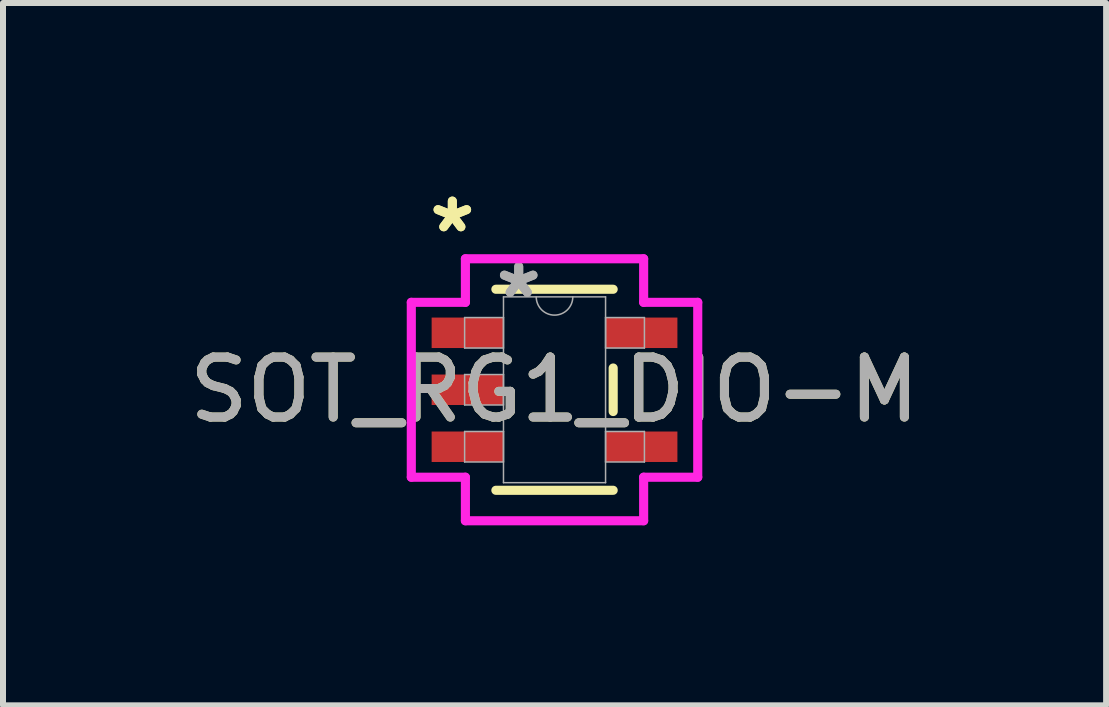
<source format=kicad_pcb>
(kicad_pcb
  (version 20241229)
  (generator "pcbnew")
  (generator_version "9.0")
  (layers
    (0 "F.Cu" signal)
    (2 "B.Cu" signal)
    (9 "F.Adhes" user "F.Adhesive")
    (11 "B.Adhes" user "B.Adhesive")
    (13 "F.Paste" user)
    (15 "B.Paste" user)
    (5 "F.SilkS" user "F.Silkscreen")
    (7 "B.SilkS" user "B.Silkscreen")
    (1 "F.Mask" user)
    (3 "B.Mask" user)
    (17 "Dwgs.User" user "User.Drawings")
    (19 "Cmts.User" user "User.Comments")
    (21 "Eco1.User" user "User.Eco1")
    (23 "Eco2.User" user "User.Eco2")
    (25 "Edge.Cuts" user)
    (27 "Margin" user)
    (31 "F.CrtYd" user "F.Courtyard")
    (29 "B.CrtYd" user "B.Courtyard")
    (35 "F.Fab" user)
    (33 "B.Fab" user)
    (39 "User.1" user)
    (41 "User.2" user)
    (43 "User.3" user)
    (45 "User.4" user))
  (footprint "SOT_RG1_DIO-M"
    (layer "F.Cu")
    (at 6.196 3.449)
    (property "Reference" "SOT_RG1_DIO-M" (at 0 0 0) (unlocked yes) (layer "F.SilkS") (effects (font (size 1 1) (thickness 0.15))))
    (attr smd)
    (fp_line (start -0.978 1.676) (end 0.978 1.676) (stroke (width 0.152) (type solid)) (layer "F.SilkS"))
    (fp_line (start 0.978 -1.676) (end -0.978 -1.676) (stroke (width 0.152) (type solid)) (layer "F.SilkS"))
    (fp_line (start 0.978 0.363) (end 0.978 -0.363) (stroke (width 0.152) (type solid)) (layer "F.SilkS"))
    (fp_line (start -2.388 -1.458) (end -1.486 -1.458) (stroke (width 0.152) (type solid)) (layer "F.CrtYd"))
    (fp_line (start -2.388 1.458) (end -2.388 -1.458) (stroke (width 0.152) (type solid)) (layer "F.CrtYd"))
    (fp_line (start -1.486 -2.184) (end 1.486 -2.184) (stroke (width 0.152) (type solid)) (layer "F.CrtYd"))
    (fp_line (start -1.486 -1.458) (end -1.486 -2.184) (stroke (width 0.152) (type solid)) (layer "F.CrtYd"))
    (fp_line (start -1.486 1.458) (end -2.388 1.458) (stroke (width 0.152) (type solid)) (layer "F.CrtYd"))
    (fp_line (start -1.486 2.184) (end -1.486 1.458) (stroke (width 0.152) (type solid)) (layer "F.CrtYd"))
    (fp_line (start 1.486 -2.184) (end 1.486 -1.458) (stroke (width 0.152) (type solid)) (layer "F.CrtYd"))
    (fp_line (start 1.486 -1.458) (end 2.388 -1.458) (stroke (width 0.152) (type solid)) (layer "F.CrtYd"))
    (fp_line (start 1.486 1.458) (end 1.486 2.184) (stroke (width 0.152) (type solid)) (layer "F.CrtYd"))
    (fp_line (start 1.486 2.184) (end -1.486 2.184) (stroke (width 0.152) (type solid)) (layer "F.CrtYd"))
    (fp_line (start 2.388 -1.458) (end 2.388 1.458) (stroke (width 0.152) (type solid)) (layer "F.CrtYd"))
    (fp_line (start 2.388 1.458) (end 1.486 1.458) (stroke (width 0.152) (type solid)) (layer "F.CrtYd"))
    (fp_line (start -1.499 -1.204) (end -1.499 -0.696) (stroke (width 0.025) (type solid)) (layer "F.Fab"))
    (fp_line (start -1.499 -0.696) (end -0.851 -0.696) (stroke (width 0.025) (type solid)) (layer "F.Fab"))
    (fp_line (start -1.499 -0.254) (end -1.499 0.254) (stroke (width 0.025) (type solid)) (layer "F.Fab"))
    (fp_line (start -1.499 0.254) (end -0.851 0.254) (stroke (width 0.025) (type solid)) (layer "F.Fab"))
    (fp_line (start -1.499 0.696) (end -1.499 1.204) (stroke (width 0.025) (type solid)) (layer "F.Fab"))
    (fp_line (start -1.499 1.204) (end -0.851 1.204) (stroke (width 0.025) (type solid)) (layer "F.Fab"))
    (fp_line (start -0.851 -1.549) (end -0.851 1.549) (stroke (width 0.025) (type solid)) (layer "F.Fab"))
    (fp_line (start -0.851 -1.204) (end -1.499 -1.204) (stroke (width 0.025) (type solid)) (layer "F.Fab"))
    (fp_line (start -0.851 -0.696) (end -0.851 -1.204) (stroke (width 0.025) (type solid)) (layer "F.Fab"))
    (fp_line (start -0.851 -0.254) (end -1.499 -0.254) (stroke (width 0.025) (type solid)) (layer "F.Fab"))
    (fp_line (start -0.851 0.254) (end -0.851 -0.254) (stroke (width 0.025) (type solid)) (layer "F.Fab"))
    (fp_line (start -0.851 0.696) (end -1.499 0.696) (stroke (width 0.025) (type solid)) (layer "F.Fab"))
    (fp_line (start -0.851 1.204) (end -0.851 0.696) (stroke (width 0.025) (type solid)) (layer "F.Fab"))
    (fp_line (start -0.851 1.549) (end 0.851 1.549) (stroke (width 0.025) (type solid)) (layer "F.Fab"))
    (fp_line (start 0.851 -1.549) (end -0.851 -1.549) (stroke (width 0.025) (type solid)) (layer "F.Fab"))
    (fp_line (start 0.851 -1.204) (end 0.851 -0.696) (stroke (width 0.025) (type solid)) (layer "F.Fab"))
    (fp_line (start 0.851 -0.696) (end 1.499 -0.696) (stroke (width 0.025) (type solid)) (layer "F.Fab"))
    (fp_line (start 0.851 0.696) (end 0.851 1.204) (stroke (width 0.025) (type solid)) (layer "F.Fab"))
    (fp_line (start 0.851 1.204) (end 1.499 1.204) (stroke (width 0.025) (type solid)) (layer "F.Fab"))
    (fp_line (start 0.851 1.549) (end 0.851 -1.549) (stroke (width 0.025) (type solid)) (layer "F.Fab"))
    (fp_line (start 1.499 -1.204) (end 0.851 -1.204) (stroke (width 0.025) (type solid)) (layer "F.Fab"))
    (fp_line (start 1.499 -0.696) (end 1.499 -1.204) (stroke (width 0.025) (type solid)) (layer "F.Fab"))
    (fp_line (start 1.499 0.696) (end 0.851 0.696) (stroke (width 0.025) (type solid)) (layer "F.Fab"))
    (fp_line (start 1.499 1.204) (end 1.499 0.696) (stroke (width 0.025) (type solid)) (layer "F.Fab"))
    (fp_arc (start 0.3048 -1.5494) (mid 0 -1.2446) (end -0.3048 -1.5494) (stroke (width 0.0254) (type solid)) (layer "F.Fab"))
    (fp_text user "*" (at -1.704 -2.601 0) (unlocked yes) (layer "F.SilkS") (effects (font (size 1 1) (thickness 0.15))))
    (fp_text user "*" (at -1.704 -2.601 0) (layer "F.SilkS") (effects (font (size 1 1) (thickness 0.15))))
    (fp_text user "${REFERENCE}" (at 0 0 0) (unlocked yes) (layer "F.Fab") (effects (font (size 1 1) (thickness 0.15))))
    (fp_text user "*" (at -0.597 -1.509 0) (layer "F.Fab") (effects (font (size 1 1) (thickness 0.15))))
    (fp_text user "*" (at -0.597 -1.509 0) (unlocked yes) (layer "F.Fab") (effects (font (size 1 1) (thickness 0.15))))
    (pad "1" smd rect (at -1.45 -0.95) (size 1.198 0.508) (layers "F.Cu" "F.Mask" "F.Paste"))
    (pad "2" smd rect (at -1.45 0) (size 1.198 0.508) (layers "F.Cu" "F.Mask" "F.Paste"))
    (pad "3" smd rect (at -1.45 0.95) (size 1.198 0.508) (layers "F.Cu" "F.Mask" "F.Paste"))
    (pad "4" smd rect (at 1.45 0.95) (size 1.198 0.508) (layers "F.Cu" "F.Mask" "F.Paste"))
    (pad "5" smd rect (at 1.45 -0.95) (size 1.198 0.508) (layers "F.Cu" "F.Mask" "F.Paste")))
  (gr_rect
    (start -3 -3)
    (end 15.393 8.71)
    (stroke (width 0.1) (type default))
    (fill no)
    (layer "Edge.Cuts")))
</source>
